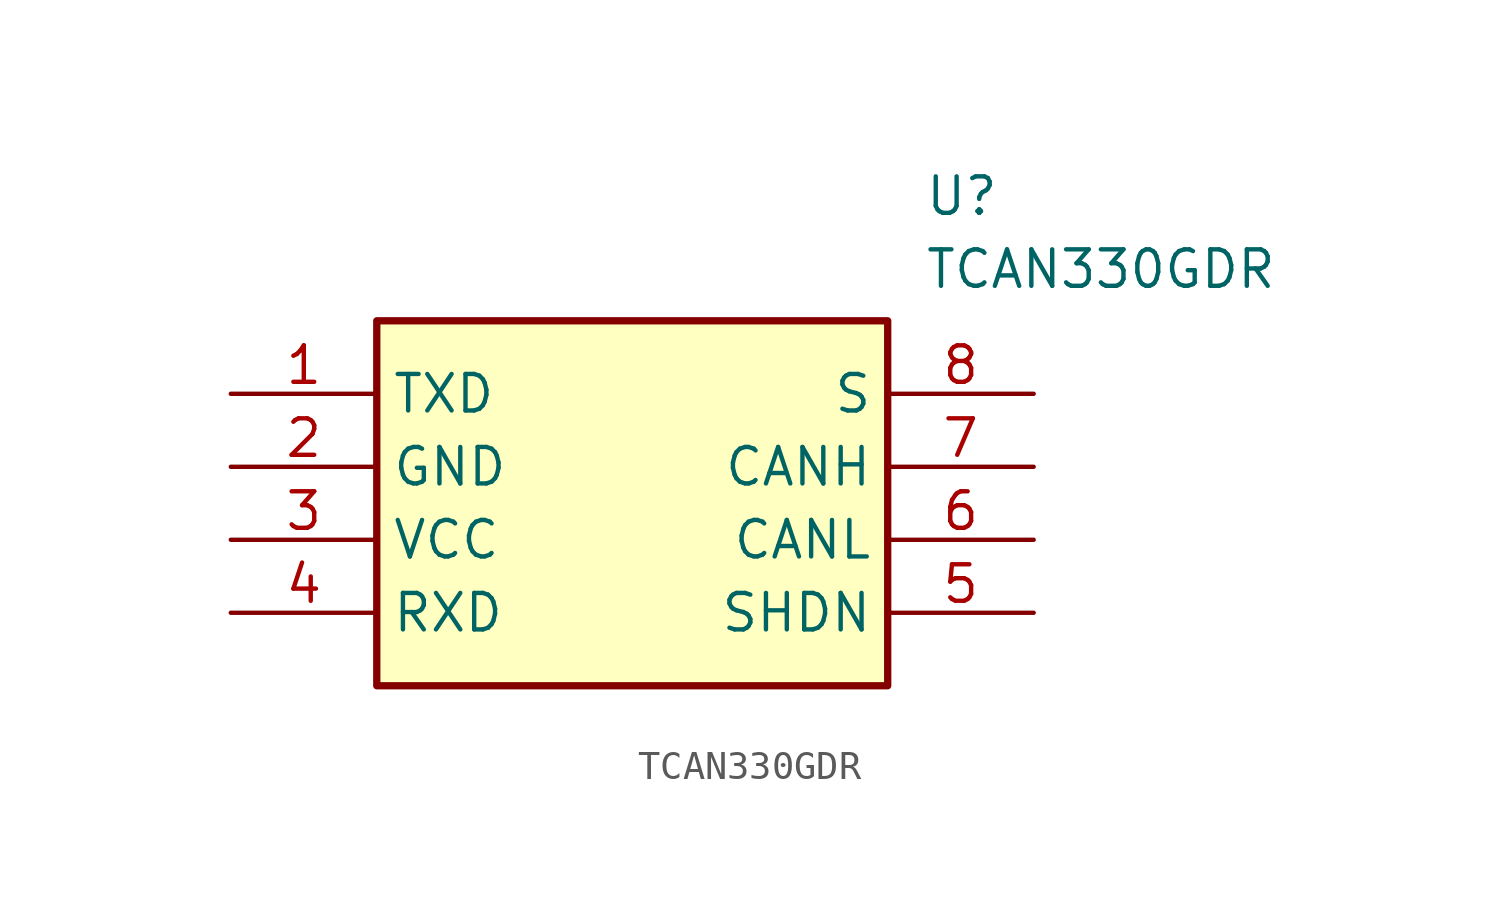
<source format=kicad_sym>
(kicad_symbol_lib
  (version 20211014)
  (generator SamacSys_ECAD_Model)
  (symbol "TCAN330GDR"
    (property "Reference" "U"
      (at 24.13 7.62 0)
      (effects (font (size 1.27 1.27)) (justify left top)))
    (property "Value" "TCAN330GDR"
      (at 24.13 5.08 0)
      (effects (font (size 1.27 1.27)) (justify left top)))
    (rectangle
      (start 5.08 2.54)
      (end 22.86 -10.16)
      (stroke (width 0.254) (type default))
      (fill (type background)))
    (pin input line
      (at 0 0 0)
      (length 5.08)
      (name "TXD" (effects (font (size 1.27 1.27))))
      (number "1" (effects (font (size 1.27 1.27)))))
    (pin power_in line
      (at 0 -2.54 0)
      (length 5.08)
      (name "GND" (effects (font (size 1.27 1.27))))
      (number "2" (effects (font (size 1.27 1.27)))))
    (pin power_in line
      (at 0 -5.08 0)
      (length 5.08)
      (name "VCC" (effects (font (size 1.27 1.27))))
      (number "3" (effects (font (size 1.27 1.27)))))
    (pin output line
      (at 0 -7.62 0)
      (length 5.08)
      (name "RXD" (effects (font (size 1.27 1.27))))
      (number "4" (effects (font (size 1.27 1.27)))))
    (pin passive line
      (at 27.94 0 180)
      (length 5.08)
      (name "S" (effects (font (size 1.27 1.27))))
      (number "8" (effects (font (size 1.27 1.27)))))
    (pin bidirectional line
      (at 27.94 -2.54 180)
      (length 5.08)
      (name "CANH" (effects (font (size 1.27 1.27))))
      (number "7" (effects (font (size 1.27 1.27)))))
    (pin bidirectional line
      (at 27.94 -5.08 180)
      (length 5.08)
      (name "CANL" (effects (font (size 1.27 1.27))))
      (number "6" (effects (font (size 1.27 1.27)))))
    (pin passive line
      (at 27.94 -7.62 180)
      (length 5.08)
      (name "SHDN" (effects (font (size 1.27 1.27))))
      (number "5" (effects (font (size 1.27 1.27)))))))
</source>
